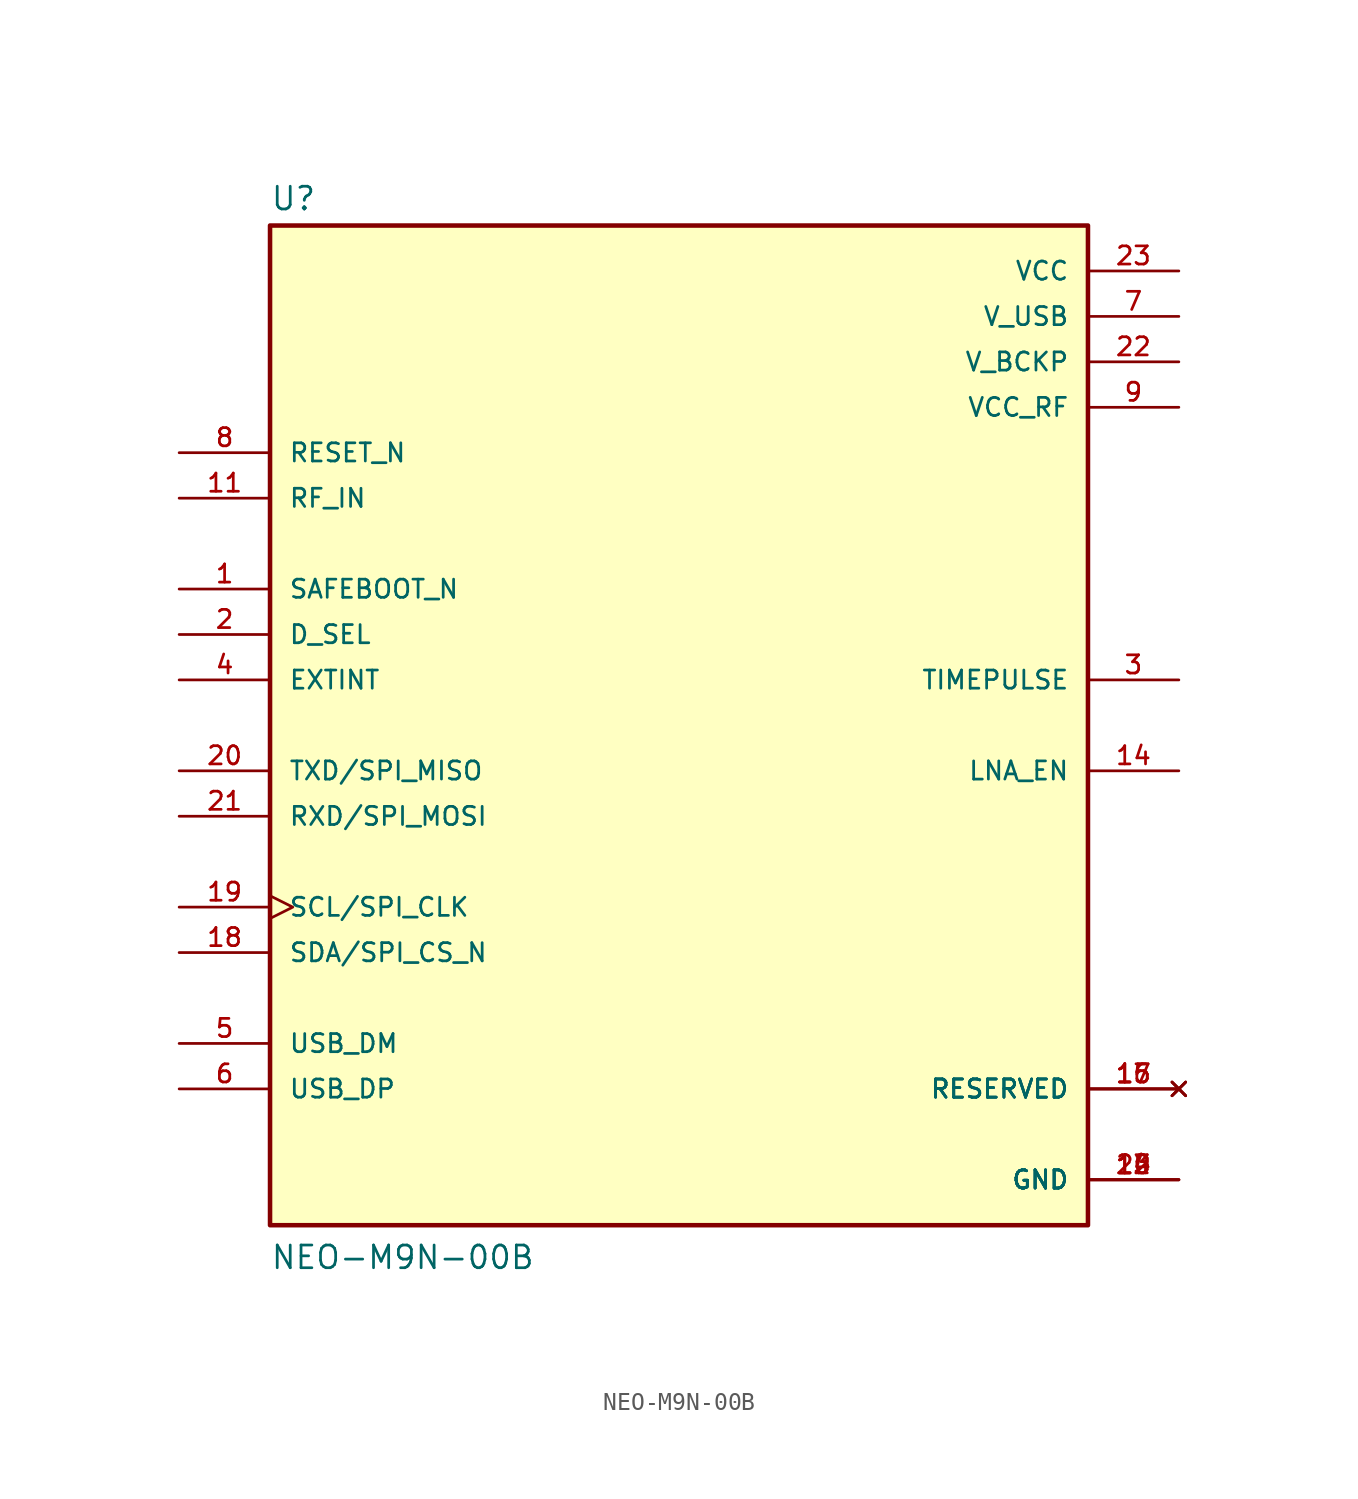
<source format=kicad_sym>
(kicad_symbol_lib
  (version 20211014)
  (generator kicad_symbol_editor)
  (symbol "NEO-M9N-00B"
    (pin_names
      (offset 1.016))
    (property "Reference" "U"
      (at -22.86 28.702 0)
      (effects (font (size 1.27 1.27)) (justify bottom left)))
    (property "Value" "NEO-M9N-00B"
      (at -22.86 -30.48 0)
      (effects (font (size 1.27 1.27)) (justify bottom left)))
    (symbol "NEO-M9N-00B_0_0"
      (rectangle (start -22.86 -27.94) (end 22.86 27.94) (stroke (width 0.254)) (fill (type background)))
      (pin output line (at 27.94 -2.54 180.0) (length 5.08) (name "LNA_EN" (effects (font (size 1.016 1.016)))) (number "14" (effects (font (size 1.016 1.016)))))
      (pin no_connect line (at 27.94 -20.32 180.0) (length 5.08) (name "RESERVED" (effects (font (size 1.016 1.016)))) (number "15" (effects (font (size 1.016 1.016)))))
      (pin no_connect line (at 27.94 -20.32 180.0) (length 5.08) (name "RESERVED" (effects (font (size 1.016 1.016)))) (number "16" (effects (font (size 1.016 1.016)))))
      (pin no_connect line (at 27.94 -20.32 180.0) (length 5.08) (name "RESERVED" (effects (font (size 1.016 1.016)))) (number "17" (effects (font (size 1.016 1.016)))))
      (pin bidirectional line (at -27.94 -12.7 0) (length 5.08) (name "SDA/SPI_CS_N" (effects (font (size 1.016 1.016)))) (number "18" (effects (font (size 1.016 1.016)))))
      (pin bidirectional clock (at -27.94 -10.16 0) (length 5.08) (name "SCL/SPI_CLK" (effects (font (size 1.016 1.016)))) (number "19" (effects (font (size 1.016 1.016)))))
      (pin output line (at -27.94 -2.54 0) (length 5.08) (name "TXD/SPI_MISO" (effects (font (size 1.016 1.016)))) (number "20" (effects (font (size 1.016 1.016)))))
      (pin input line (at -27.94 -5.08 0) (length 5.08) (name "RXD/SPI_MOSI" (effects (font (size 1.016 1.016)))) (number "21" (effects (font (size 1.016 1.016)))))
      (pin power_in line (at 27.94 20.32 180.0) (length 5.08) (name "V_BCKP" (effects (font (size 1.016 1.016)))) (number "22" (effects (font (size 1.016 1.016)))))
      (pin power_in line (at 27.94 25.4 180.0) (length 5.08) (name "VCC" (effects (font (size 1.016 1.016)))) (number "23" (effects (font (size 1.016 1.016)))))
      (pin power_in line (at 27.94 -25.4 180.0) (length 5.08) (name "GND" (effects (font (size 1.016 1.016)))) (number "10" (effects (font (size 1.016 1.016)))))
      (pin power_in line (at 27.94 -25.4 180.0) (length 5.08) (name "GND" (effects (font (size 1.016 1.016)))) (number "12" (effects (font (size 1.016 1.016)))))
      (pin power_in line (at 27.94 -25.4 180.0) (length 5.08) (name "GND" (effects (font (size 1.016 1.016)))) (number "13" (effects (font (size 1.016 1.016)))))
      (pin power_in line (at 27.94 -25.4 180.0) (length 5.08) (name "GND" (effects (font (size 1.016 1.016)))) (number "24" (effects (font (size 1.016 1.016)))))
      (pin input line (at -27.94 12.7 0) (length 5.08) (name "RF_IN" (effects (font (size 1.016 1.016)))) (number "11" (effects (font (size 1.016 1.016)))))
      (pin power_in line (at 27.94 17.78 180.0) (length 5.08) (name "VCC_RF" (effects (font (size 1.016 1.016)))) (number "9" (effects (font (size 1.016 1.016)))))
      (pin input line (at -27.94 15.24 0) (length 5.08) (name "RESET_N" (effects (font (size 1.016 1.016)))) (number "8" (effects (font (size 1.016 1.016)))))
      (pin power_in line (at 27.94 22.86 180.0) (length 5.08) (name "V_USB" (effects (font (size 1.016 1.016)))) (number "7" (effects (font (size 1.016 1.016)))))
      (pin bidirectional line (at -27.94 -20.32 0) (length 5.08) (name "USB_DP" (effects (font (size 1.016 1.016)))) (number "6" (effects (font (size 1.016 1.016)))))
      (pin bidirectional line (at -27.94 -17.78 0) (length 5.08) (name "USB_DM" (effects (font (size 1.016 1.016)))) (number "5" (effects (font (size 1.016 1.016)))))
      (pin input line (at -27.94 2.54 0) (length 5.08) (name "EXTINT" (effects (font (size 1.016 1.016)))) (number "4" (effects (font (size 1.016 1.016)))))
      (pin output line (at 27.94 2.54 180.0) (length 5.08) (name "TIMEPULSE" (effects (font (size 1.016 1.016)))) (number "3" (effects (font (size 1.016 1.016)))))
      (pin input line (at -27.94 5.08 0) (length 5.08) (name "D_SEL" (effects (font (size 1.016 1.016)))) (number "2" (effects (font (size 1.016 1.016)))))
      (pin input line (at -27.94 7.62 0) (length 5.08) (name "SAFEBOOT_N" (effects (font (size 1.016 1.016)))) (number "1" (effects (font (size 1.016 1.016))))))))
</source>
